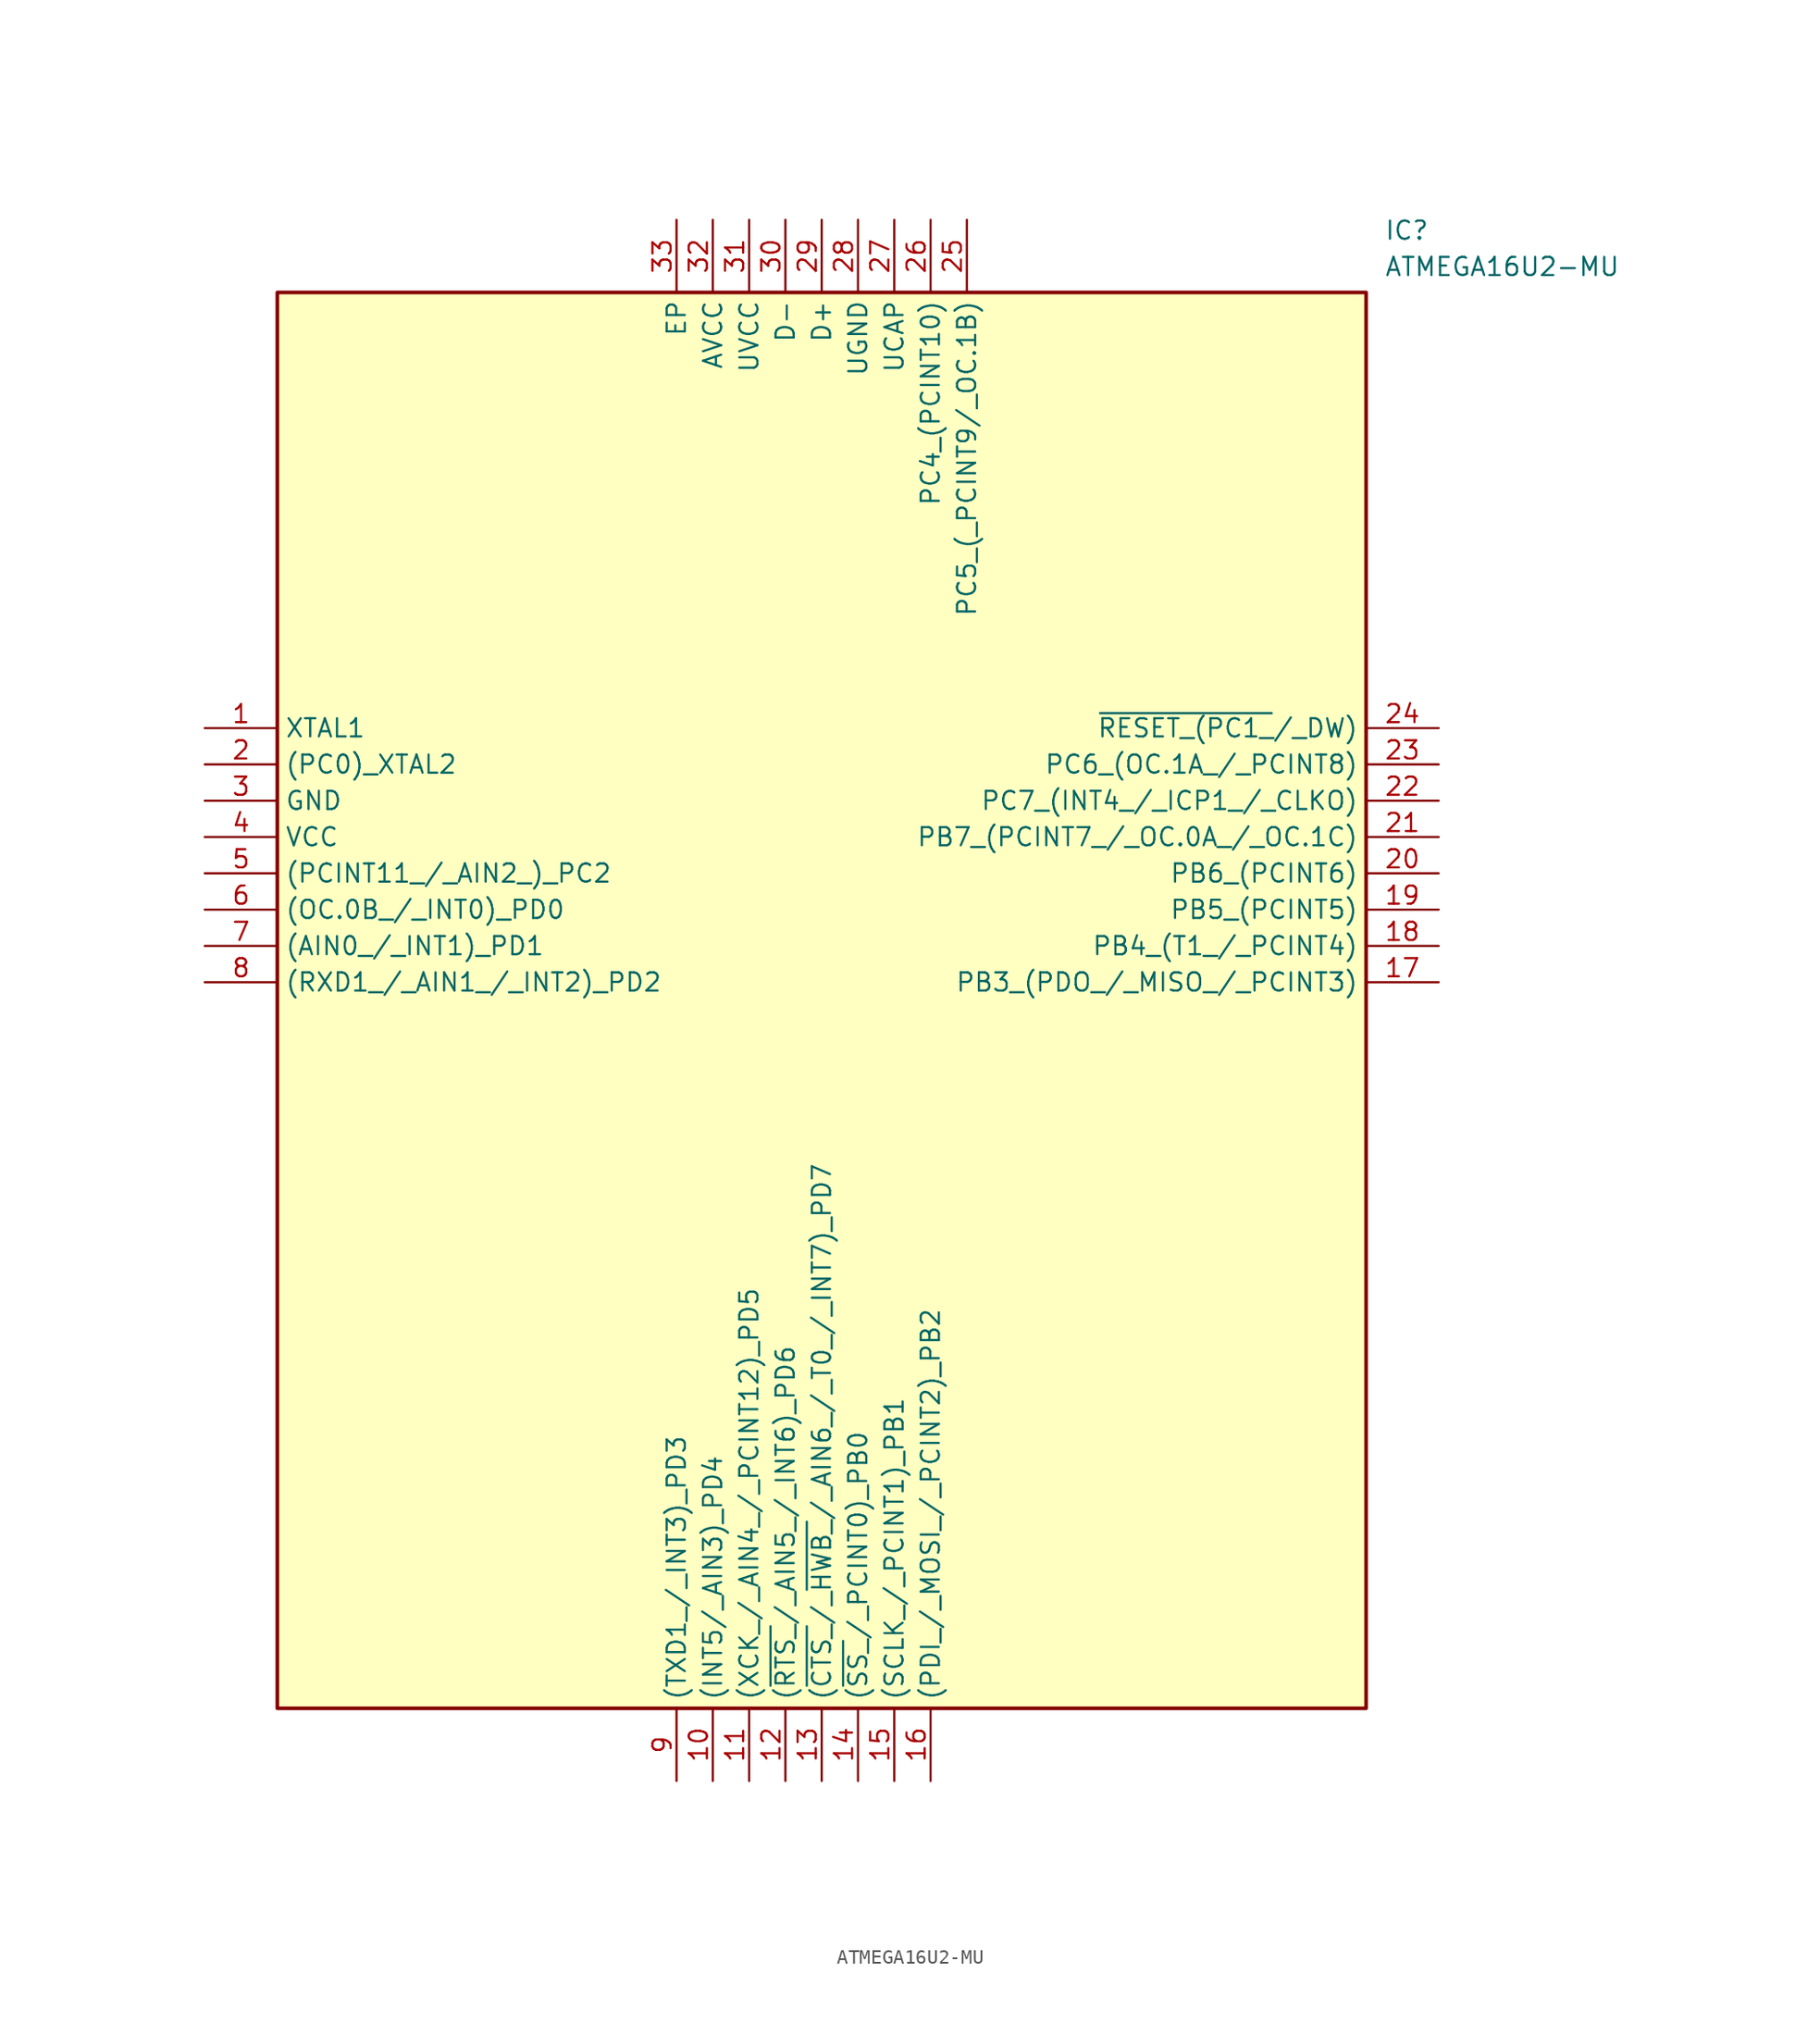
<source format=kicad_sym>
(kicad_symbol_lib
  (version 20211014)
  (generator SamacSys_ECAD_Model)
  (symbol "ATMEGA16U2-MU"
    (property "Reference" "IC"
      (at 82.55 35.56 0)
      (effects (font (size 1.27 1.27)) (justify left top)))
    (property "Value" "ATMEGA16U2-MU"
      (at 82.55 33.02 0)
      (effects (font (size 1.27 1.27)) (justify left top)))
    (rectangle
      (start 5.08 30.48)
      (end 81.28 -68.58)
      (stroke (width 0.254) (type default))
      (fill (type background)))
    (pin passive line
      (at 0 0 0)
      (length 5.08)
      (name "XTAL1" (effects (font (size 1.27 1.27))))
      (number "1" (effects (font (size 1.27 1.27)))))
    (pin passive line
      (at 0 -2.54 0)
      (length 5.08)
      (name "(PC0)_XTAL2" (effects (font (size 1.27 1.27))))
      (number "2" (effects (font (size 1.27 1.27)))))
    (pin passive line
      (at 0 -5.08 0)
      (length 5.08)
      (name "GND" (effects (font (size 1.27 1.27))))
      (number "3" (effects (font (size 1.27 1.27)))))
    (pin passive line
      (at 0 -7.62 0)
      (length 5.08)
      (name "VCC" (effects (font (size 1.27 1.27))))
      (number "4" (effects (font (size 1.27 1.27)))))
    (pin passive line
      (at 0 -10.16 0)
      (length 5.08)
      (name "(PCINT11_/_AIN2_)_PC2" (effects (font (size 1.27 1.27))))
      (number "5" (effects (font (size 1.27 1.27)))))
    (pin passive line
      (at 0 -12.7 0)
      (length 5.08)
      (name "(OC.0B_/_INT0)_PD0" (effects (font (size 1.27 1.27))))
      (number "6" (effects (font (size 1.27 1.27)))))
    (pin passive line
      (at 0 -15.24 0)
      (length 5.08)
      (name "(AIN0_/_INT1)_PD1" (effects (font (size 1.27 1.27))))
      (number "7" (effects (font (size 1.27 1.27)))))
    (pin passive line
      (at 0 -17.78 0)
      (length 5.08)
      (name "(RXD1_/_AIN1_/_INT2)_PD2" (effects (font (size 1.27 1.27))))
      (number "8" (effects (font (size 1.27 1.27)))))
    (pin passive line
      (at 33.02 -73.66 90)
      (length 5.08)
      (name "(TXD1_/_INT3)_PD3" (effects (font (size 1.27 1.27))))
      (number "9" (effects (font (size 1.27 1.27)))))
    (pin passive line
      (at 35.56 -73.66 90)
      (length 5.08)
      (name "(INT5/_AIN3)_PD4" (effects (font (size 1.27 1.27))))
      (number "10" (effects (font (size 1.27 1.27)))))
    (pin passive line
      (at 38.1 -73.66 90)
      (length 5.08)
      (name "(XCK_/_AIN4_/_PCINT12)_PD5" (effects (font (size 1.27 1.27))))
      (number "11" (effects (font (size 1.27 1.27)))))
    (pin passive line
      (at 40.64 -73.66 90)
      (length 5.08)
      (name "(~{RTS_}/_AIN5_/_INT6)_PD6" (effects (font (size 1.27 1.27))))
      (number "12" (effects (font (size 1.27 1.27)))))
    (pin passive line
      (at 43.18 -73.66 90)
      (length 5.08)
      (name "(~{CTS_}/_~{HWB_}/_AIN6_/_T0_/_INT7)_PD7" (effects (font (size 1.27 1.27))))
      (number "13" (effects (font (size 1.27 1.27)))))
    (pin passive line
      (at 45.72 -73.66 90)
      (length 5.08)
      (name "(~{SS_}/_PCINT0)_PB0" (effects (font (size 1.27 1.27))))
      (number "14" (effects (font (size 1.27 1.27)))))
    (pin passive line
      (at 48.26 -73.66 90)
      (length 5.08)
      (name "(SCLK_/_PCINT1)_PB1" (effects (font (size 1.27 1.27))))
      (number "15" (effects (font (size 1.27 1.27)))))
    (pin passive line
      (at 50.8 -73.66 90)
      (length 5.08)
      (name "(PDI_/_MOSI_/_PCINT2)_PB2" (effects (font (size 1.27 1.27))))
      (number "16" (effects (font (size 1.27 1.27)))))
    (pin passive line
      (at 86.36 0 180)
      (length 5.08)
      (name "~{RESET_(PC1_}/_DW)" (effects (font (size 1.27 1.27))))
      (number "24" (effects (font (size 1.27 1.27)))))
    (pin passive line
      (at 86.36 -2.54 180)
      (length 5.08)
      (name "PC6_(OC.1A_/_PCINT8)" (effects (font (size 1.27 1.27))))
      (number "23" (effects (font (size 1.27 1.27)))))
    (pin passive line
      (at 86.36 -5.08 180)
      (length 5.08)
      (name "PC7_(INT4_/_ICP1_/_CLKO)" (effects (font (size 1.27 1.27))))
      (number "22" (effects (font (size 1.27 1.27)))))
    (pin passive line
      (at 86.36 -7.62 180)
      (length 5.08)
      (name "PB7_(PCINT7_/_OC.0A_/_OC.1C)" (effects (font (size 1.27 1.27))))
      (number "21" (effects (font (size 1.27 1.27)))))
    (pin passive line
      (at 86.36 -10.16 180)
      (length 5.08)
      (name "PB6_(PCINT6)" (effects (font (size 1.27 1.27))))
      (number "20" (effects (font (size 1.27 1.27)))))
    (pin passive line
      (at 86.36 -12.7 180)
      (length 5.08)
      (name "PB5_(PCINT5)" (effects (font (size 1.27 1.27))))
      (number "19" (effects (font (size 1.27 1.27)))))
    (pin passive line
      (at 86.36 -15.24 180)
      (length 5.08)
      (name "PB4_(T1_/_PCINT4)" (effects (font (size 1.27 1.27))))
      (number "18" (effects (font (size 1.27 1.27)))))
    (pin passive line
      (at 86.36 -17.78 180)
      (length 5.08)
      (name "PB3_(PDO_/_MISO_/_PCINT3)" (effects (font (size 1.27 1.27))))
      (number "17" (effects (font (size 1.27 1.27)))))
    (pin passive line
      (at 33.02 35.56 270)
      (length 5.08)
      (name "EP" (effects (font (size 1.27 1.27))))
      (number "33" (effects (font (size 1.27 1.27)))))
    (pin passive line
      (at 35.56 35.56 270)
      (length 5.08)
      (name "AVCC" (effects (font (size 1.27 1.27))))
      (number "32" (effects (font (size 1.27 1.27)))))
    (pin passive line
      (at 38.1 35.56 270)
      (length 5.08)
      (name "UVCC" (effects (font (size 1.27 1.27))))
      (number "31" (effects (font (size 1.27 1.27)))))
    (pin passive line
      (at 40.64 35.56 270)
      (length 5.08)
      (name "D-" (effects (font (size 1.27 1.27))))
      (number "30" (effects (font (size 1.27 1.27)))))
    (pin passive line
      (at 43.18 35.56 270)
      (length 5.08)
      (name "D+" (effects (font (size 1.27 1.27))))
      (number "29" (effects (font (size 1.27 1.27)))))
    (pin passive line
      (at 45.72 35.56 270)
      (length 5.08)
      (name "UGND" (effects (font (size 1.27 1.27))))
      (number "28" (effects (font (size 1.27 1.27)))))
    (pin passive line
      (at 48.26 35.56 270)
      (length 5.08)
      (name "UCAP" (effects (font (size 1.27 1.27))))
      (number "27" (effects (font (size 1.27 1.27)))))
    (pin passive line
      (at 50.8 35.56 270)
      (length 5.08)
      (name "PC4_(PCINT10)" (effects (font (size 1.27 1.27))))
      (number "26" (effects (font (size 1.27 1.27)))))
    (pin passive line
      (at 53.34 35.56 270)
      (length 5.08)
      (name "PC5_(_PCINT9/_OC.1B)" (effects (font (size 1.27 1.27))))
      (number "25" (effects (font (size 1.27 1.27)))))))
</source>
